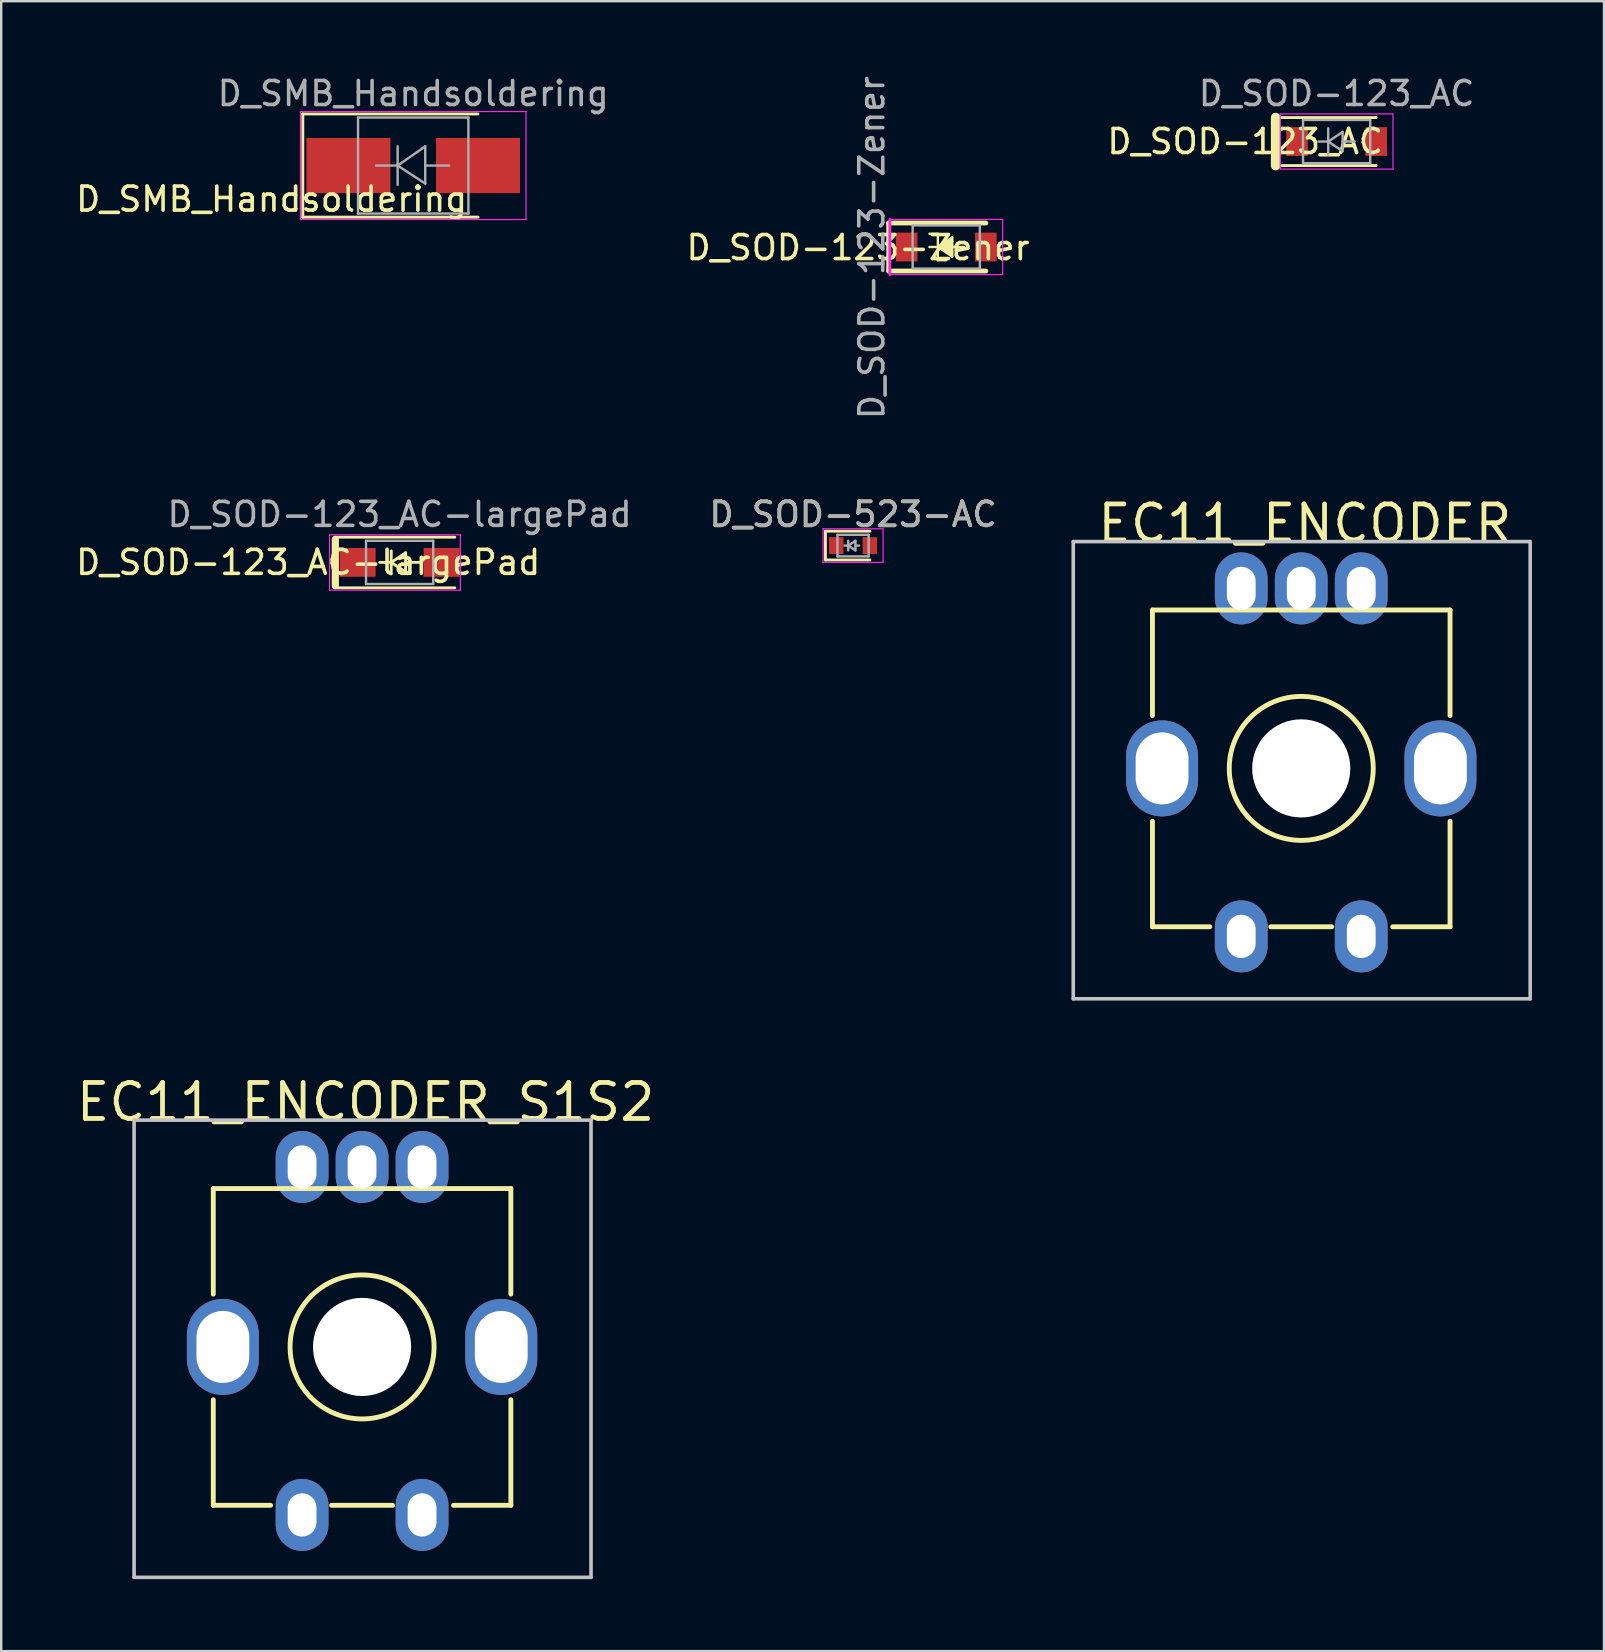
<source format=kicad_pcb>
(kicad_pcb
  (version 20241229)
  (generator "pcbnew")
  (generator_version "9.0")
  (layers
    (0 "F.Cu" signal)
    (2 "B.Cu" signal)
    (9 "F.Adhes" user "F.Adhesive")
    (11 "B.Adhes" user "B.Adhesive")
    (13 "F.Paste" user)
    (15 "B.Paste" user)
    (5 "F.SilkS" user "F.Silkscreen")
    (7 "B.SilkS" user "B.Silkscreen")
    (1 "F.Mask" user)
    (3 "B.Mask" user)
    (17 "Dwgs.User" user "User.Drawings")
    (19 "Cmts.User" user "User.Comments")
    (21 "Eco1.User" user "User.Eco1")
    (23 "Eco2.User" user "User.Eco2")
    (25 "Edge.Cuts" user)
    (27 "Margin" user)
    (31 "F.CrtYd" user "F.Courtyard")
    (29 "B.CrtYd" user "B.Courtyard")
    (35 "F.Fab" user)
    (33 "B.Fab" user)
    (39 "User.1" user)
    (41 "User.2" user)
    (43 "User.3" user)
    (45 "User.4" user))
  (footprint "EC11_ENCODER"
    (layer "F.Cu")
    (at 51.171 28.968)
    (property "Reference" "EC11_ENCODER" (at 0.149 -10.204 0) (layer "F.SilkS") (effects (font (size 1.5 1.5) (thickness 0.2))))
    (attr through_hole)
    (fp_line (start -6.2 -6.6) (end -6.2 -2.2) (stroke (width 0.203) (type solid)) (layer "F.SilkS"))
    (fp_line (start -6.2 2.2) (end -6.2 6.6) (stroke (width 0.203) (type solid)) (layer "F.SilkS"))
    (fp_line (start -6.2 6.6) (end -3.81 6.6) (stroke (width 0.203) (type solid)) (layer "F.SilkS"))
    (fp_line (start -1.27 6.6) (end 1.27 6.6) (stroke (width 0.203) (type solid)) (layer "F.SilkS"))
    (fp_line (start 3.81 6.6) (end 6.2 6.6) (stroke (width 0.203) (type solid)) (layer "F.SilkS"))
    (fp_line (start 6.2 -6.6) (end -6.2 -6.6) (stroke (width 0.203) (type solid)) (layer "F.SilkS"))
    (fp_line (start 6.2 -6.6) (end 6.2 -2.2) (stroke (width 0.203) (type solid)) (layer "F.SilkS"))
    (fp_line (start 6.2 2.2) (end 6.2 6.6) (stroke (width 0.203) (type solid)) (layer "F.SilkS"))
    (fp_circle (center 0 0) (end 3 0) (stroke (width 0.203) (type solid)) (fill no) (layer "F.SilkS"))
    (fp_line (start -9.5 9.6) (end -9.5 -9.45) (stroke (width 0.15) (type solid)) (layer "Dwgs.User"))
    (fp_line (start 9.54 -9.45) (end -9.5 -9.45) (stroke (width 0.15) (type solid)) (layer "Dwgs.User"))
    (fp_line (start 9.54 9.6) (end -9.5 9.6) (stroke (width 0.15) (type solid)) (layer "Dwgs.User"))
    (fp_line (start 9.54 9.6) (end 9.54 -9.45) (stroke (width 0.15) (type solid)) (layer "Dwgs.User"))
    (pad "" np_thru_hole circle (at 0 0) (size 4.089 4.089) (drill 4.089) (layers "*.Cu" "*.Mask"))
    (pad "A" thru_hole oval (at 2.5 -7.5 180) (size 2.2 3) (drill oval 1.2 1.8) (layers "*.Cu" "*.Mask"))
    (pad "B" thru_hole oval (at -2.5 -7.5 180) (size 2.2 3) (drill oval 1.2 1.8) (layers "*.Cu" "*.Mask"))
    (pad "C" thru_hole oval (at 0 -7.5 180) (size 2.2 3) (drill oval 1.2 1.8) (layers "*.Cu" "*.Mask"))
    (pad "CASE1" thru_hole oval (at -5.8 0) (size 3 4) (drill oval 2.2 3) (layers "*.Cu" "*.Mask"))
    (pad "CASE2" thru_hole oval (at 5.8 0) (size 3 4) (drill oval 2.2 3) (layers "*.Cu" "*.Mask"))
    (pad "D" thru_hole oval (at 2.5 7 180) (size 2.2 3) (drill oval 1.2 1.8) (layers "*.Cu" "*.Mask"))
    (pad "E" thru_hole oval (at -2.5 7 180) (size 2.2 3) (drill oval 1.2 1.8) (layers "*.Cu" "*.Mask")))
  (footprint "EC11_ENCODER_S1S2"
    (layer "F.Cu")
    (at 12.037 53.075)
    (property "Reference" "EC11_ENCODER_S1S2" (at 0.149 -10.204 0) (layer "F.SilkS") (effects (font (size 1.5 1.5) (thickness 0.2))))
    (attr through_hole)
    (fp_line (start -6.2 -6.6) (end -6.2 -2.2) (stroke (width 0.203) (type solid)) (layer "F.SilkS"))
    (fp_line (start -6.2 2.2) (end -6.2 6.6) (stroke (width 0.203) (type solid)) (layer "F.SilkS"))
    (fp_line (start -6.2 6.6) (end -3.81 6.6) (stroke (width 0.203) (type solid)) (layer "F.SilkS"))
    (fp_line (start -1.27 6.6) (end 1.27 6.6) (stroke (width 0.203) (type solid)) (layer "F.SilkS"))
    (fp_line (start 3.81 6.6) (end 6.2 6.6) (stroke (width 0.203) (type solid)) (layer "F.SilkS"))
    (fp_line (start 6.2 -6.6) (end -6.2 -6.6) (stroke (width 0.203) (type solid)) (layer "F.SilkS"))
    (fp_line (start 6.2 -6.6) (end 6.2 -2.2) (stroke (width 0.203) (type solid)) (layer "F.SilkS"))
    (fp_line (start 6.2 2.2) (end 6.2 6.6) (stroke (width 0.203) (type solid)) (layer "F.SilkS"))
    (fp_circle (center 0 0) (end 3 0) (stroke (width 0.203) (type solid)) (fill no) (layer "F.SilkS"))
    (fp_line (start -9.5 9.6) (end -9.5 -9.45) (stroke (width 0.15) (type solid)) (layer "Dwgs.User"))
    (fp_line (start 9.54 -9.45) (end -9.5 -9.45) (stroke (width 0.15) (type solid)) (layer "Dwgs.User"))
    (fp_line (start 9.54 9.6) (end -9.5 9.6) (stroke (width 0.15) (type solid)) (layer "Dwgs.User"))
    (fp_line (start 9.54 9.6) (end 9.54 -9.45) (stroke (width 0.15) (type solid)) (layer "Dwgs.User"))
    (pad "" np_thru_hole circle (at 0 0) (size 4.089 4.089) (drill 4.089) (layers "*.Cu" "*.Mask"))
    (pad "A" thru_hole oval (at 2.5 -7.5 180) (size 2.2 3) (drill oval 1.2 1.8) (layers "*.Cu" "*.Mask"))
    (pad "B" thru_hole oval (at -2.5 -7.5 180) (size 2.2 3) (drill oval 1.2 1.8) (layers "*.Cu" "*.Mask"))
    (pad "C" thru_hole oval (at 0 -7.5 180) (size 2.2 3) (drill oval 1.2 1.8) (layers "*.Cu" "*.Mask"))
    (pad "CASE1" thru_hole oval (at -5.8 0) (size 3 4) (drill oval 2.2 3) (layers "*.Cu" "*.Mask"))
    (pad "CASE2" thru_hole oval (at 5.8 0) (size 3 4) (drill oval 2.2 3) (layers "*.Cu" "*.Mask"))
    (pad "S1" thru_hole oval (at 2.5 7 180) (size 2.2 3) (drill oval 1.2 1.8) (layers "*.Cu" "*.Mask"))
    (pad "S2" thru_hole oval (at -2.5 7 180) (size 2.2 3) (drill oval 1.2 1.8) (layers "*.Cu" "*.Mask")))
  (footprint "D_SOD-123-Zener"
    (layer "F.Cu")
    (at 36.379 7.243)
    (property "Reference" "D_SOD-123-Zener" (at -3.675 0.025 0) (layer "F.SilkS") (effects (font (size 1 1) (thickness 0.15))))
    (attr smd)
    (fp_line (start -2.4 -1) (end -2.4 1) (stroke (width 0.2) (type solid)) (layer "F.SilkS"))
    (fp_line (start -2.4 -1) (end 1.65 -1) (stroke (width 0.2) (type solid)) (layer "F.SilkS"))
    (fp_line (start -2.4 1) (end 1.65 1) (stroke (width 0.2) (type solid)) (layer "F.SilkS"))
    (fp_line (start -0.7 0) (end -0.2 0) (stroke (width 0.1) (type solid)) (layer "F.SilkS"))
    (fp_line (start -0.35 -0.55) (end -0.7 -0.55) (stroke (width 0.1) (type solid)) (layer "F.SilkS"))
    (fp_line (start -0.35 0) (end -0.35 -0.55) (stroke (width 0.1) (type solid)) (layer "F.SilkS"))
    (fp_line (start -0.35 0) (end -0.35 0.55) (stroke (width 0.1) (type solid)) (layer "F.SilkS"))
    (fp_line (start -0.35 0) (end 0.25 -0.4) (stroke (width 0.1) (type solid)) (layer "F.SilkS"))
    (fp_line (start -0.25 0) (end 0.2 0) (stroke (width 0.12) (type solid)) (layer "F.SilkS"))
    (fp_line (start 0 0.55) (end -0.35 0.55) (stroke (width 0.1) (type solid)) (layer "F.SilkS"))
    (fp_line (start 0.15 0.2) (end 0.15 -0.2) (stroke (width 0.2) (type solid)) (layer "F.SilkS"))
    (fp_line (start 0.2 -0.25) (end -0.15 0) (stroke (width 0.2) (type solid)) (layer "F.SilkS"))
    (fp_line (start 0.2 0.25) (end -0.2 0) (stroke (width 0.2) (type solid)) (layer "F.SilkS"))
    (fp_line (start 0.25 -0.4) (end 0.25 0.4) (stroke (width 0.1) (type solid)) (layer "F.SilkS"))
    (fp_line (start 0.25 0) (end 0.75 0) (stroke (width 0.1) (type solid)) (layer "F.SilkS"))
    (fp_line (start 0.25 0.4) (end -0.35 0) (stroke (width 0.1) (type solid)) (layer "F.SilkS"))
    (fp_line (start -2.35 -1.15) (end -2.35 1.15) (stroke (width 0.12) (type solid)) (layer "F.CrtYd"))
    (fp_line (start -2.35 -1.15) (end 2.35 -1.15) (stroke (width 0.05) (type solid)) (layer "F.CrtYd"))
    (fp_line (start 2.35 -1.15) (end 2.35 1.15) (stroke (width 0.05) (type solid)) (layer "F.CrtYd"))
    (fp_line (start 2.35 1.15) (end -2.35 1.15) (stroke (width 0.05) (type solid)) (layer "F.CrtYd"))
    (fp_line (start -1.4 -0.9) (end 1.4 -0.9) (stroke (width 0.1) (type solid)) (layer "F.Fab"))
    (fp_line (start -1.4 0.9) (end -1.4 -0.9) (stroke (width 0.1) (type solid)) (layer "F.Fab"))
    (fp_line (start 1.4 -0.9) (end 1.4 0.9) (stroke (width 0.1) (type solid)) (layer "F.Fab"))
    (fp_line (start 1.4 0.9) (end -1.4 0.9) (stroke (width 0.1) (type solid)) (layer "F.Fab"))
    (fp_text user "${REFERENCE}" (at -3.1 0.025 90) (layer "F.Fab") (effects (font (size 1 1) (thickness 0.15))))
    (pad "1" smd rect (at -1.65 0) (size 0.9 1.2) (layers "F.Cu" "F.Mask" "F.Paste"))
    (pad "2" smd rect (at 1.65 0) (size 0.9 1.2) (layers "F.Cu" "F.Mask" "F.Paste")))
  (footprint "D_SOD-123_AC-largePad"
    (layer "F.Cu")
    (at 13.602 20.384)
    (property "Reference" "D_SOD-123_AC-largePad" (at -3.81 0 180) (layer "F.SilkS") (effects (font (size 1 1) (thickness 0.15))))
    (attr smd)
    (fp_line (start -2.7 1.06) (end 2.3 1.06) (stroke (width 0.12) (type solid)) (layer "F.SilkS"))
    (fp_line (start -2.68 -0.96) (end -2.68 0.97) (stroke (width 0.3) (type solid)) (layer "F.SilkS"))
    (fp_line (start -2.67 -1.05) (end 2.3 -1.05) (stroke (width 0.12) (type solid)) (layer "F.SilkS"))
    (fp_line (start -0.83 0) (end -0.35 0) (stroke (width 0.12) (type solid)) (layer "F.SilkS"))
    (fp_line (start -0.35 0) (end 0.25 -0.4) (stroke (width 0.12) (type solid)) (layer "F.SilkS"))
    (fp_line (start -0.35 0.48) (end -0.35 -0.48) (stroke (width 0.12) (type solid)) (layer "F.SilkS"))
    (fp_line (start 0.25 -0.4) (end 0.25 0.4) (stroke (width 0.12) (type solid)) (layer "F.SilkS"))
    (fp_line (start 0.25 0.4) (end -0.35 0) (stroke (width 0.12) (type solid)) (layer "F.SilkS"))
    (fp_line (start 0.26 0) (end 0.88 0) (stroke (width 0.12) (type solid)) (layer "F.SilkS"))
    (fp_line (start -2.92 -1.15) (end 2.53 -1.15) (stroke (width 0.05) (type solid)) (layer "F.CrtYd"))
    (fp_line (start -2.92 -1.14) (end -2.92 1.16) (stroke (width 0.05) (type solid)) (layer "F.CrtYd"))
    (fp_line (start 2.53 -1.15) (end 2.53 1.16) (stroke (width 0.05) (type solid)) (layer "F.CrtYd"))
    (fp_line (start 2.53 1.16) (end -2.92 1.16) (stroke (width 0.05) (type solid)) (layer "F.CrtYd"))
    (fp_line (start -1.4 -0.9) (end 1.4 -0.9) (stroke (width 0.1) (type solid)) (layer "F.Fab"))
    (fp_line (start -1.4 0.9) (end -1.4 -0.9) (stroke (width 0.1) (type solid)) (layer "F.Fab"))
    (fp_line (start 1.4 -0.9) (end 1.4 0.9) (stroke (width 0.1) (type solid)) (layer "F.Fab"))
    (fp_line (start 1.4 0.9) (end -1.4 0.9) (stroke (width 0.1) (type solid)) (layer "F.Fab"))
    (fp_text user "${REFERENCE}" (at 0 -2 180) (layer "F.Fab") (effects (font (size 1 1) (thickness 0.15))))
    (pad "A" smd rect (at 1.75 0) (size 1.5 1.2) (layers "F.Cu" "F.Mask" "F.Paste"))
    (pad "C" smd rect (at -1.75 0) (size 1.5 1.2) (layers "F.Cu" "F.Mask" "F.Paste")))
  (footprint "D_SOD-123_AC"
    (layer "F.Cu")
    (at 52.645 2.848)
    (property "Reference" "D_SOD-123_AC" (at -3.81 0 0) (layer "F.SilkS") (effects (font (size 1 1) (thickness 0.15))))
    (attr smd)
    (fp_line (start -2.54 -1) (end -2.54 1) (stroke (width 0.4) (type solid)) (layer "F.SilkS"))
    (fp_line (start -2.54 -1) (end 1.65 -1) (stroke (width 0.12) (type solid)) (layer "F.SilkS"))
    (fp_line (start -2.54 1) (end 1.65 1) (stroke (width 0.12) (type solid)) (layer "F.SilkS"))
    (fp_line (start -2.35 -1.15) (end -2.35 1.15) (stroke (width 0.05) (type solid)) (layer "F.CrtYd"))
    (fp_line (start -2.35 -1.15) (end 2.35 -1.15) (stroke (width 0.05) (type solid)) (layer "F.CrtYd"))
    (fp_line (start 2.35 -1.15) (end 2.35 1.15) (stroke (width 0.05) (type solid)) (layer "F.CrtYd"))
    (fp_line (start 2.35 1.15) (end -2.35 1.15) (stroke (width 0.05) (type solid)) (layer "F.CrtYd"))
    (fp_line (start -1.4 -0.9) (end 1.4 -0.9) (stroke (width 0.1) (type solid)) (layer "F.Fab"))
    (fp_line (start -1.4 0.9) (end -1.4 -0.9) (stroke (width 0.1) (type solid)) (layer "F.Fab"))
    (fp_line (start -0.75 0) (end -0.35 0) (stroke (width 0.1) (type solid)) (layer "F.Fab"))
    (fp_line (start -0.35 0) (end -0.35 -0.55) (stroke (width 0.1) (type solid)) (layer "F.Fab"))
    (fp_line (start -0.35 0) (end -0.35 0.55) (stroke (width 0.1) (type solid)) (layer "F.Fab"))
    (fp_line (start -0.35 0) (end 0.25 -0.4) (stroke (width 0.1) (type solid)) (layer "F.Fab"))
    (fp_line (start 0.25 -0.4) (end 0.25 0.4) (stroke (width 0.1) (type solid)) (layer "F.Fab"))
    (fp_line (start 0.25 0) (end 0.75 0) (stroke (width 0.1) (type solid)) (layer "F.Fab"))
    (fp_line (start 0.25 0.4) (end -0.35 0) (stroke (width 0.1) (type solid)) (layer "F.Fab"))
    (fp_line (start 1.4 -0.9) (end 1.4 0.9) (stroke (width 0.1) (type solid)) (layer "F.Fab"))
    (fp_line (start 1.4 0.9) (end -1.4 0.9) (stroke (width 0.1) (type solid)) (layer "F.Fab"))
    (fp_text user "${REFERENCE}" (at 0 -2 0) (layer "F.Fab") (effects (font (size 1 1) (thickness 0.15))))
    (pad "A" smd rect (at 1.65 0) (size 0.9 1.2) (layers "F.Cu" "F.Mask" "F.Paste"))
    (pad "C" smd rect (at -1.65 0) (size 0.9 1.2) (layers "F.Cu" "F.Mask" "F.Paste")))
  (footprint "D_SOD-523-AC"
    (layer "F.Cu")
    (at 32.495 19.684)
    (property "Reference" "D_SOD-523-AC" (at 0 -1.3 180) (layer "F.SilkS") (effects (font (size 1 1) (thickness 0.15))))
    (attr smd)
    (fp_line (start -1.15 -0.6) (end -1.15 0.6) (stroke (width 0.12) (type solid)) (layer "F.SilkS"))
    (fp_line (start 0.7 -0.6) (end -1.15 -0.6) (stroke (width 0.12) (type solid)) (layer "F.SilkS"))
    (fp_line (start 0.7 0.6) (end -1.15 0.6) (stroke (width 0.12) (type solid)) (layer "F.SilkS"))
    (fp_line (start -1.25 -0.7) (end 1.25 -0.7) (stroke (width 0.05) (type solid)) (layer "F.CrtYd"))
    (fp_line (start -1.25 0.7) (end -1.25 -0.7) (stroke (width 0.05) (type solid)) (layer "F.CrtYd"))
    (fp_line (start 1.25 -0.7) (end 1.25 0.7) (stroke (width 0.05) (type solid)) (layer "F.CrtYd"))
    (fp_line (start 1.25 0.7) (end -1.25 0.7) (stroke (width 0.05) (type solid)) (layer "F.CrtYd"))
    (fp_line (start -0.65 -0.45) (end 0.65 -0.45) (stroke (width 0.1) (type solid)) (layer "F.Fab"))
    (fp_line (start -0.65 0.45) (end -0.65 -0.45) (stroke (width 0.1) (type solid)) (layer "F.Fab"))
    (fp_line (start -0.2 0) (end -0.35 0) (stroke (width 0.1) (type solid)) (layer "F.Fab"))
    (fp_line (start -0.2 0) (end 0.1 0.2) (stroke (width 0.1) (type solid)) (layer "F.Fab"))
    (fp_line (start -0.2 0.2) (end -0.2 -0.2) (stroke (width 0.1) (type solid)) (layer "F.Fab"))
    (fp_line (start 0.1 -0.2) (end -0.2 0) (stroke (width 0.1) (type solid)) (layer "F.Fab"))
    (fp_line (start 0.1 0) (end 0.25 0) (stroke (width 0.1) (type solid)) (layer "F.Fab"))
    (fp_line (start 0.1 0.2) (end 0.1 -0.2) (stroke (width 0.1) (type solid)) (layer "F.Fab"))
    (fp_line (start 0.65 -0.45) (end 0.65 0.45) (stroke (width 0.1) (type solid)) (layer "F.Fab"))
    (fp_line (start 0.65 0.45) (end -0.65 0.45) (stroke (width 0.1) (type solid)) (layer "F.Fab"))
    (fp_text user "${REFERENCE}" (at 0 -1.3 180) (layer "F.Fab") (effects (font (size 1 1) (thickness 0.15))))
    (pad "A" smd rect (at 0.7 0 180) (size 0.6 0.7) (layers "F.Cu" "F.Mask" "F.Paste"))
    (pad "C" smd rect (at -0.7 0 180) (size 0.6 0.7) (layers "F.Cu" "F.Mask" "F.Paste")))
  (footprint "D_SMB_Handsoldering"
    (layer "F.Cu")
    (at 14.168 3.848)
    (property "Reference" "D_SMB_Handsoldering" (at -5.9 1.4 0) (layer "F.SilkS") (effects (font (size 1 1) (thickness 0.15))))
    (attr smd)
    (fp_line (start -4.6 -2.15) (end -4.6 2.15) (stroke (width 0.12) (type solid)) (layer "F.SilkS"))
    (fp_line (start -4.6 -2.15) (end 2.7 -2.15) (stroke (width 0.12) (type solid)) (layer "F.SilkS"))
    (fp_line (start -4.6 2.15) (end 2.7 2.15) (stroke (width 0.12) (type solid)) (layer "F.SilkS"))
    (fp_line (start -4.7 -2.25) (end 4.7 -2.25) (stroke (width 0.05) (type solid)) (layer "F.CrtYd"))
    (fp_line (start -4.7 2.25) (end -4.7 -2.25) (stroke (width 0.05) (type solid)) (layer "F.CrtYd"))
    (fp_line (start 4.7 -2.25) (end 4.7 2.25) (stroke (width 0.05) (type solid)) (layer "F.CrtYd"))
    (fp_line (start 4.7 2.25) (end -4.7 2.25) (stroke (width 0.05) (type solid)) (layer "F.CrtYd"))
    (fp_line (start -2.3 2) (end -2.3 -2) (stroke (width 0.1) (type solid)) (layer "F.Fab"))
    (fp_line (start -0.649 -0.799) (end -0.649 0.801) (stroke (width 0.1) (type solid)) (layer "F.Fab"))
    (fp_line (start -0.649 0.001) (end -1.551 0.001) (stroke (width 0.1) (type solid)) (layer "F.Fab"))
    (fp_line (start -0.649 0.001) (end 0.501 -0.799) (stroke (width 0.1) (type solid)) (layer "F.Fab"))
    (fp_line (start -0.649 0.001) (end 0.501 0.75) (stroke (width 0.1) (type solid)) (layer "F.Fab"))
    (fp_line (start 0.501 0.001) (end 1.499 0.001) (stroke (width 0.1) (type solid)) (layer "F.Fab"))
    (fp_line (start 0.501 0.75) (end 0.501 -0.799) (stroke (width 0.1) (type solid)) (layer "F.Fab"))
    (fp_line (start 2.3 -2) (end -2.3 -2) (stroke (width 0.1) (type solid)) (layer "F.Fab"))
    (fp_line (start 2.3 -2) (end 2.3 2) (stroke (width 0.1) (type solid)) (layer "F.Fab"))
    (fp_line (start 2.3 2) (end -2.3 2) (stroke (width 0.1) (type solid)) (layer "F.Fab"))
    (fp_text user "${REFERENCE}" (at 0 -3 0) (layer "F.Fab") (effects (font (size 1 1) (thickness 0.15))))
    (pad "1" smd rect (at -2.7 0) (size 3.5 2.3) (layers "F.Cu" "F.Mask" "F.Paste"))
    (pad "2" smd rect (at 2.7 0) (size 3.5 2.3) (layers "F.Cu" "F.Mask" "F.Paste")))
  (gr_rect
    (start -3 -3)
    (end 63.786 65.75)
    (stroke (width 0.1) (type default))
    (fill no)
    (layer "Edge.Cuts")))
</source>
